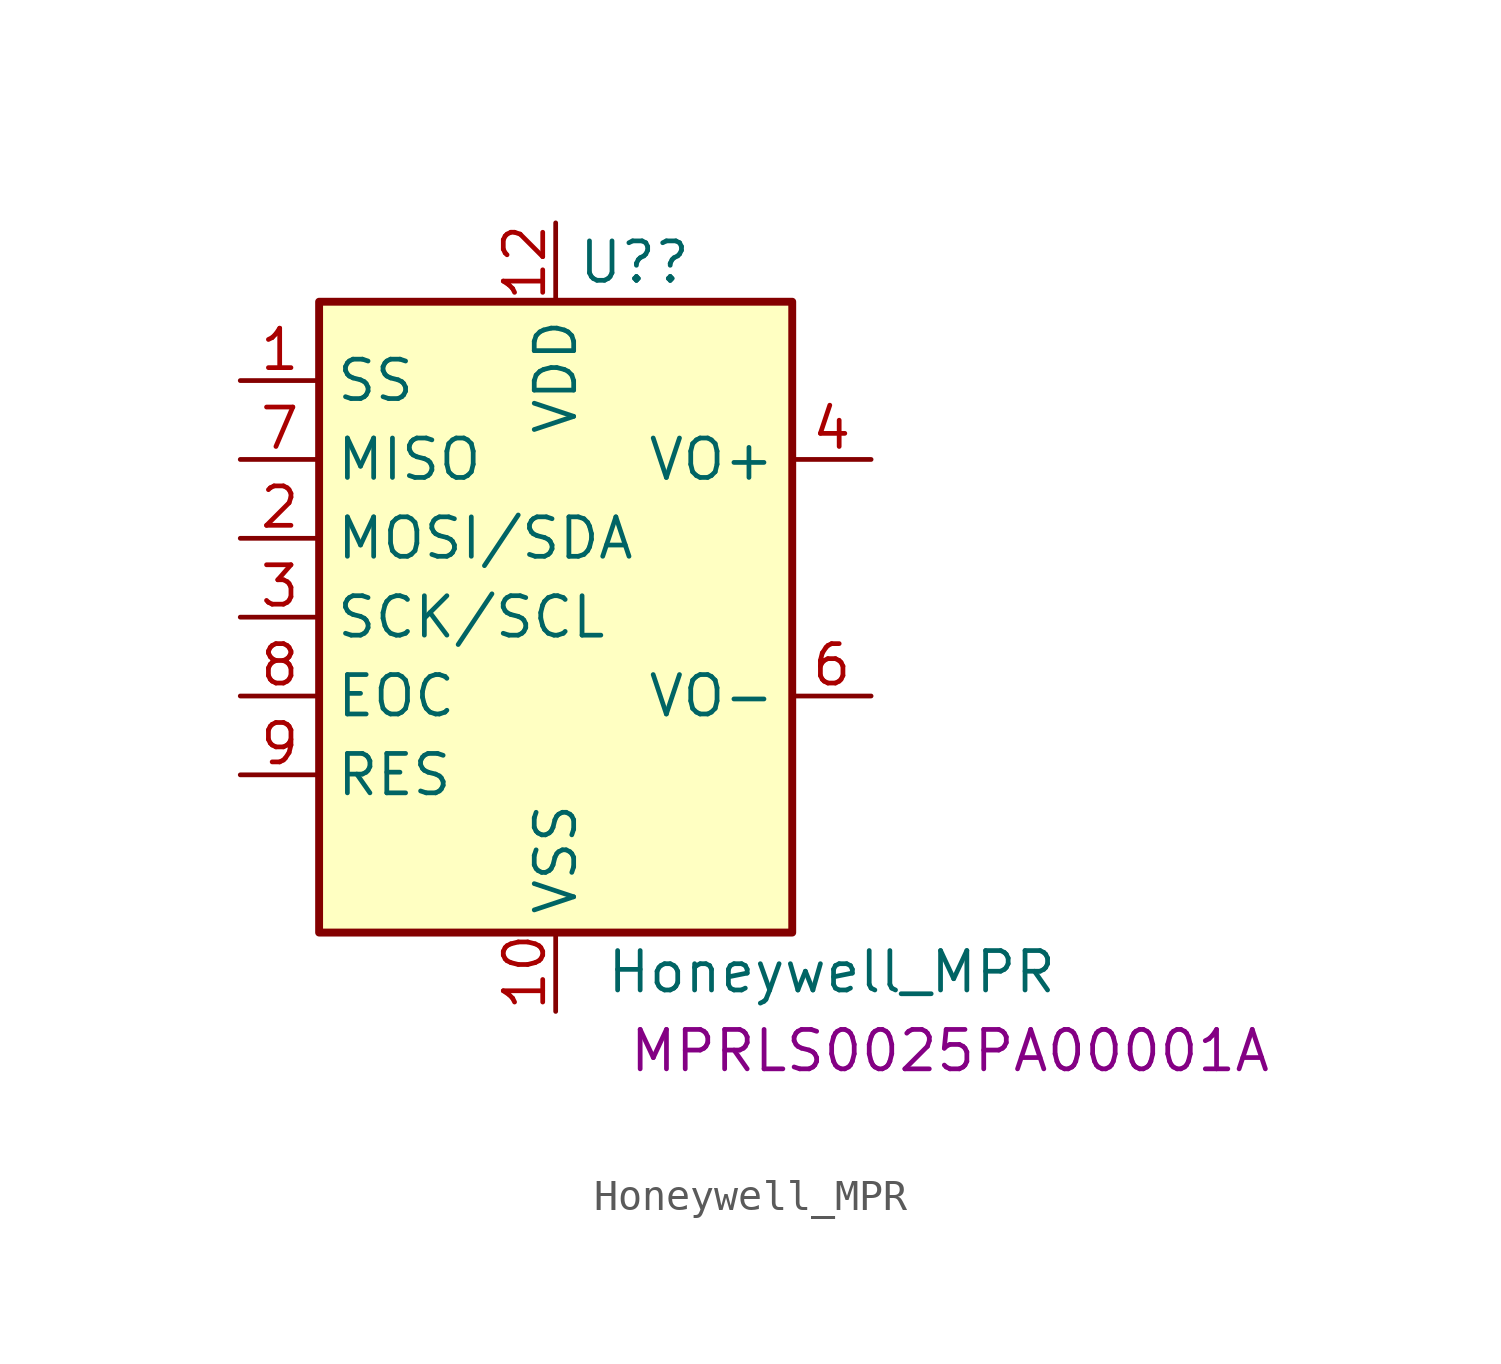
<source format=kicad_sym>
(kicad_symbol_lib
  (version 20211014)
  (generator kicad_symbol_editor)
  (symbol "Honeywell_MPR"
    (property "Reference" "U?"
      (at 2.54 11.43 0)
      (effects (font (size 1.27 1.27))))
    (property "Value" "Honeywell_MPR"
      (at 8.89 -11.43 0)
      (effects (font (size 1.27 1.27))))
    (property "Part_Nbr" "MPRLS0025PA00001A"
      (at 12.7 -13.97 0)
      (effects (font (size 1.27 1.27))))
    (symbol "Honeywell_MPR_0_0"
      (pin power_in line (at 0 -12.7 90) (length 2.54) (name "VSS" (effects (font (size 1.27 1.27)))) (number "10" (effects (font (size 1.27 1.27)))))
      (pin no_connect line (at 10.16 -5.08 180) (length 2.54) hide (name "NC" (effects (font (size 1.27 1.27)))) (number "11" (effects (font (size 1.27 1.27)))))
      (pin power_in line (at 0 12.7 270) (length 2.54) (name "VDD" (effects (font (size 1.27 1.27)))) (number "12" (effects (font (size 1.27 1.27)))))
      (pin input line (at -10.16 -5.08 0) (length 2.54) (name "RES" (effects (font (size 1.27 1.27)))) (number "9" (effects (font (size 1.27 1.27))))))
    (symbol "Honeywell_MPR_0_1"
      (rectangle (start -7.62 10.16) (end 7.62 -10.16) (stroke (width 0.254) (type default) (color 0 0 0 0)) (fill (type background))))
    (symbol "Honeywell_MPR_1_1"
      (pin input line (at -10.16 7.62 0) (length 2.54) (name "SS" (effects (font (size 1.27 1.27)))) (number "1" (effects (font (size 1.27 1.27)))))
      (pin bidirectional line (at -10.16 2.54 0) (length 2.54) (name "MOSI/SDA" (effects (font (size 1.27 1.27)))) (number "2" (effects (font (size 1.27 1.27)))))
      (pin input line (at -10.16 0 0) (length 2.54) (name "SCK/SCL" (effects (font (size 1.27 1.27)))) (number "3" (effects (font (size 1.27 1.27)))))
      (pin power_in line (at 10.16 5.08 180) (length 2.54) (name "VO+" (effects (font (size 1.27 1.27)))) (number "4" (effects (font (size 1.27 1.27)))))
      (pin no_connect line (at 10.16 -5.08 180) (length 2.54) hide (name "NC" (effects (font (size 1.27 1.27)))) (number "5" (effects (font (size 1.27 1.27)))))
      (pin power_out line (at 10.16 -2.54 180) (length 2.54) (name "VO-" (effects (font (size 1.27 1.27)))) (number "6" (effects (font (size 1.27 1.27)))))
      (pin output line (at -10.16 5.08 0) (length 2.54) (name "MISO" (effects (font (size 1.27 1.27)))) (number "7" (effects (font (size 1.27 1.27)))))
      (pin output line (at -10.16 -2.54 0) (length 2.54) (name "EOC" (effects (font (size 1.27 1.27)))) (number "8" (effects (font (size 1.27 1.27))))))))
</source>
